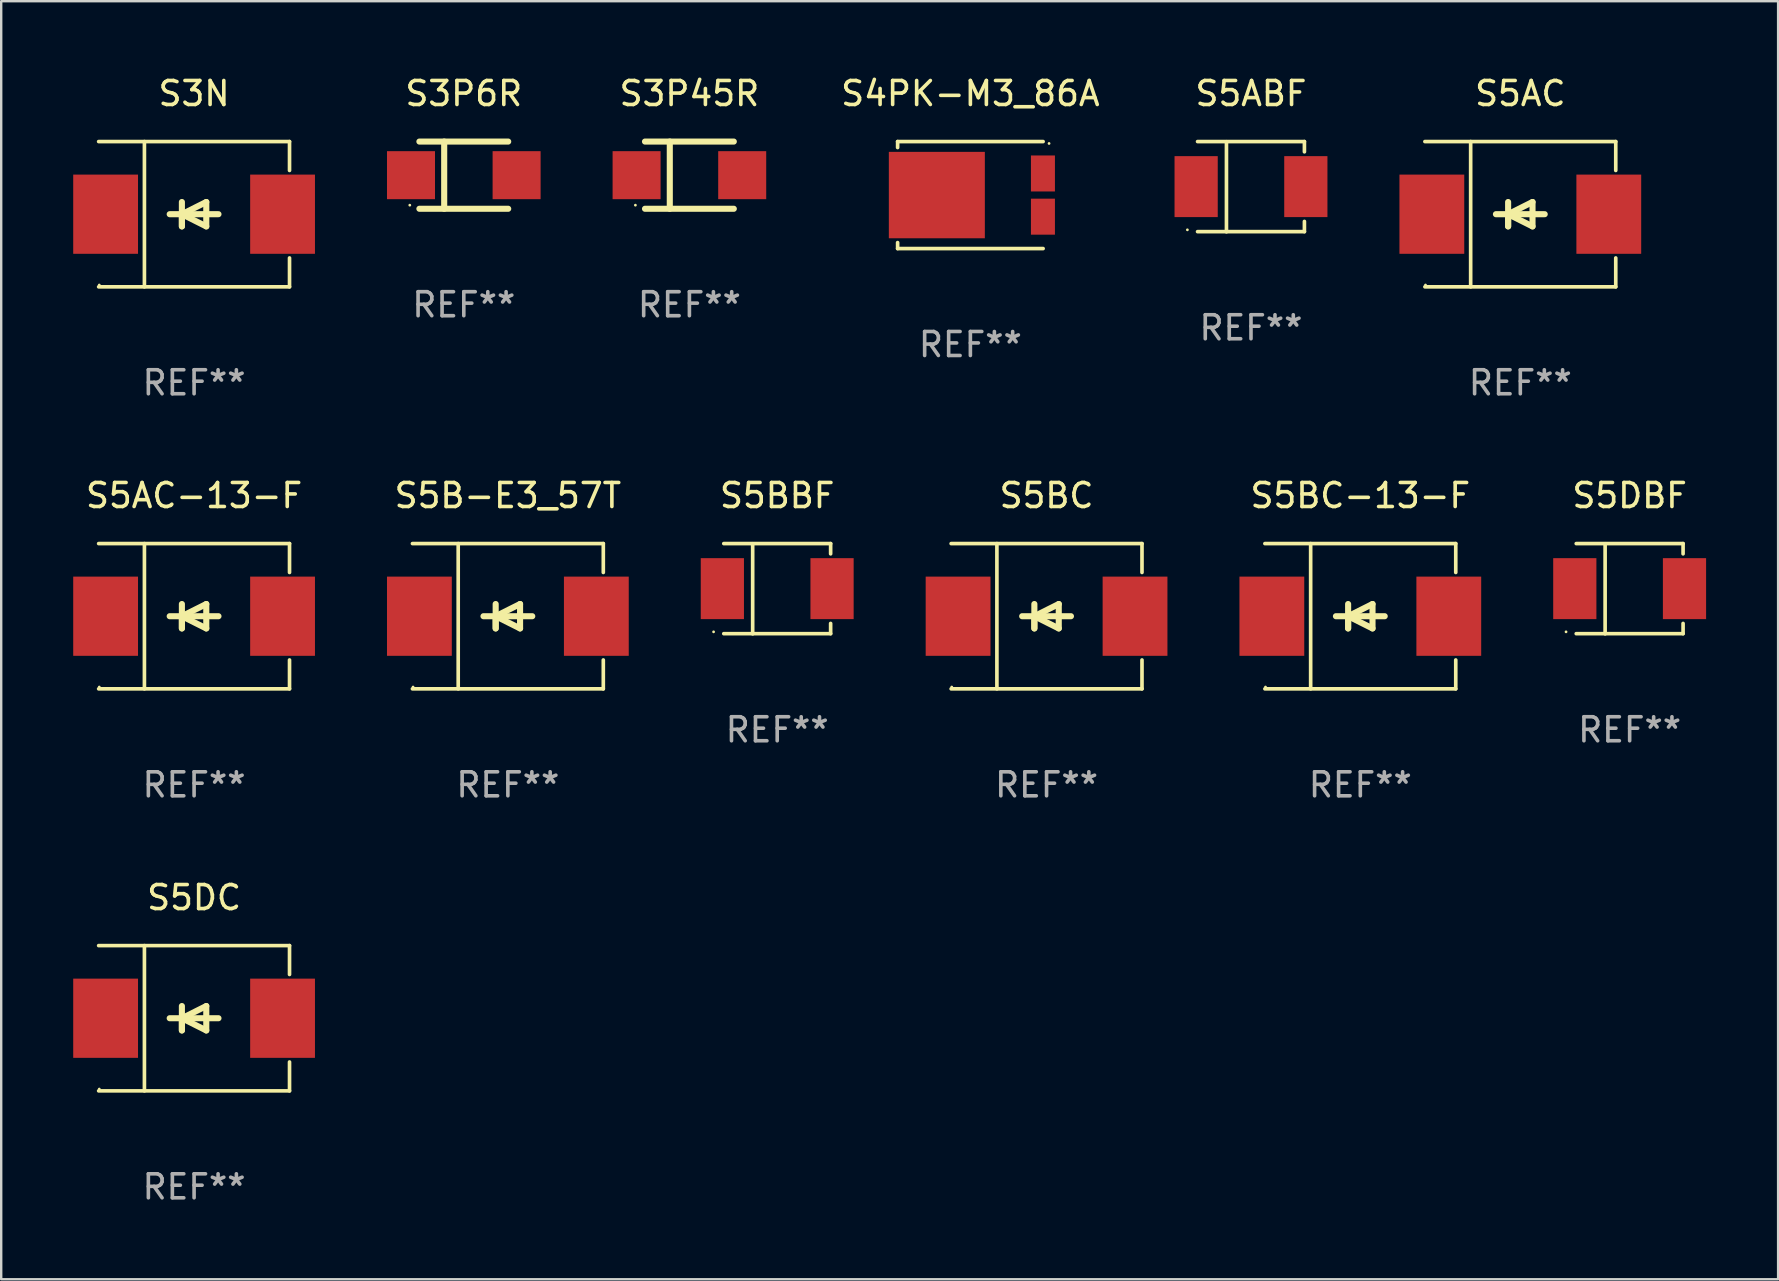
<source format=kicad_pcb>
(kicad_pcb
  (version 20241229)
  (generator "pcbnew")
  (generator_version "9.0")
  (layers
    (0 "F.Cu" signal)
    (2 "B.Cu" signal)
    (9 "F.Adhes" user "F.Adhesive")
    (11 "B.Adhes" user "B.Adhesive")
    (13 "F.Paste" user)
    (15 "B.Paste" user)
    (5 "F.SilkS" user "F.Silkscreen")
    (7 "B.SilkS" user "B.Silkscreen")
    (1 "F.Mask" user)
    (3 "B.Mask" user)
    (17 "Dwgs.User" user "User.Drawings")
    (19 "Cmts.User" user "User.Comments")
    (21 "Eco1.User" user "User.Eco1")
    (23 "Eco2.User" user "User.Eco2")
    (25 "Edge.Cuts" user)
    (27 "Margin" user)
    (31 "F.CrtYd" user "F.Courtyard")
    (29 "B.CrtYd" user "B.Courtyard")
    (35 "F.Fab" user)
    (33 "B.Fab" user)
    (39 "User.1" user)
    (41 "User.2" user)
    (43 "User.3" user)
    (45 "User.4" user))
  (footprint "S5BBF"
    (layer "F.Cu")
    (at 29.33 21.477)
    (property "Reference" "S5BBF" (at 0 -3.88 0) (layer "F.SilkS") (effects (font (size 1 1) (thickness 0.15))))
    (attr through_hole)
    (fp_line (start -2.226 -1.88) (end 2.226 -1.88) (stroke (width 0.152) (type solid)) (layer "F.SilkS"))
    (fp_line (start -2.226 1.873) (end 2.226 1.873) (stroke (width 0.152) (type solid)) (layer "F.SilkS"))
    (fp_line (start -1.022 -1.873) (end -1.022 1.88) (stroke (width 0.152) (type solid)) (layer "F.SilkS"))
    (fp_line (start 2.226 -1.88) (end 2.226 -1.453) (stroke (width 0.152) (type solid)) (layer "F.SilkS"))
    (fp_line (start 2.226 1.447) (end 2.226 1.873) (stroke (width 0.152) (type solid)) (layer "F.SilkS"))
    (fp_circle (center -2.65 1.797) (end -2.62 1.797) (stroke (width 0.06) (type solid)) (fill no) (layer "F.SilkS"))
    (fp_text user "REF**" (at 0 5.88 0) (layer "F.Fab") (effects (font (size 1 1) (thickness 0.15))))
    (pad "1" smd rect (at -2.285 -0.003) (size 1.8 2.54) (layers "F.Cu" "F.Mask" "F.Paste"))
    (pad "2" smd rect (at 2.285 -0.003) (size 1.8 2.54) (layers "F.Cu" "F.Mask" "F.Paste")))
  (footprint "S5DC"
    (layer "F.Cu")
    (at 5.036 39.372)
    (property "Reference" "S5DC" (at 0 -5.026 0) (layer "F.SilkS") (effects (font (size 1 1) (thickness 0.15))))
    (attr through_hole)
    (fp_line (start -3.976 -3.026) (end 3.976 -3.026) (stroke (width 0.152) (type solid)) (layer "F.SilkS"))
    (fp_line (start -3.976 3.026) (end 3.976 3.026) (stroke (width 0.152) (type solid)) (layer "F.SilkS"))
    (fp_line (start -2.069 -3.026) (end -2.069 3.026) (stroke (width 0.152) (type solid)) (layer "F.SilkS"))
    (fp_line (start -0.508 0) (end -0.508 0.508) (stroke (width 0.254) (type solid)) (layer "F.SilkS"))
    (fp_line (start -0.508 0) (end 0.508 0.508) (stroke (width 0.254) (type solid)) (layer "F.SilkS"))
    (fp_line (start -0.508 0.508) (end -0.508 -0.508) (stroke (width 0.254) (type solid)) (layer "F.SilkS"))
    (fp_line (start 0.508 -0.508) (end -0.508 0) (stroke (width 0.254) (type solid)) (layer "F.SilkS"))
    (fp_line (start 0.508 0.508) (end 0.508 -0.508) (stroke (width 0.254) (type solid)) (layer "F.SilkS"))
    (fp_line (start 1.016 0) (end -1.016 0) (stroke (width 0.254) (type solid)) (layer "F.SilkS"))
    (fp_line (start 3.976 -3.026) (end 3.976 -1.823) (stroke (width 0.152) (type solid)) (layer "F.SilkS"))
    (fp_line (start 3.976 3.026) (end 3.976 1.823) (stroke (width 0.152) (type solid)) (layer "F.SilkS"))
    (fp_circle (center -3.95 2.95) (end -3.92 2.95) (stroke (width 0.06) (type solid)) (fill no) (layer "F.SilkS"))
    (fp_text user "REF**" (at 0 7.026 0) (layer "F.Fab") (effects (font (size 1 1) (thickness 0.15))))
    (pad "1" smd rect (at -3.686 0) (size 2.7 3.3) (layers "F.Cu" "F.Mask" "F.Paste"))
    (pad "2" smd rect (at 3.686 0) (size 2.7 3.3) (layers "F.Cu" "F.Mask" "F.Paste")))
  (footprint "S5ABF"
    (layer "F.Cu")
    (at 49.069 4.728)
    (property "Reference" "S5ABF" (at 0 -3.88 0) (layer "F.SilkS") (effects (font (size 1 1) (thickness 0.15))))
    (attr through_hole)
    (fp_line (start -2.226 -1.88) (end 2.226 -1.88) (stroke (width 0.152) (type solid)) (layer "F.SilkS"))
    (fp_line (start -2.226 1.873) (end 2.226 1.873) (stroke (width 0.152) (type solid)) (layer "F.SilkS"))
    (fp_line (start -1.022 -1.873) (end -1.022 1.88) (stroke (width 0.152) (type solid)) (layer "F.SilkS"))
    (fp_line (start 2.226 -1.88) (end 2.226 -1.453) (stroke (width 0.152) (type solid)) (layer "F.SilkS"))
    (fp_line (start 2.226 1.447) (end 2.226 1.873) (stroke (width 0.152) (type solid)) (layer "F.SilkS"))
    (fp_circle (center -2.65 1.797) (end -2.62 1.797) (stroke (width 0.06) (type solid)) (fill no) (layer "F.SilkS"))
    (fp_text user "REF**" (at 0 5.88 0) (layer "F.Fab") (effects (font (size 1 1) (thickness 0.15))))
    (pad "1" smd rect (at -2.285 -0.003) (size 1.8 2.54) (layers "F.Cu" "F.Mask" "F.Paste"))
    (pad "2" smd rect (at 2.285 -0.003) (size 1.8 2.54) (layers "F.Cu" "F.Mask" "F.Paste")))
  (footprint "S3N"
    (layer "F.Cu")
    (at 5.036 5.874)
    (property "Reference" "S3N" (at 0 -5.026 0) (layer "F.SilkS") (effects (font (size 1 1) (thickness 0.15))))
    (attr through_hole)
    (fp_line (start -3.976 -3.026) (end 3.976 -3.026) (stroke (width 0.152) (type solid)) (layer "F.SilkS"))
    (fp_line (start -3.976 3.026) (end 3.976 3.026) (stroke (width 0.152) (type solid)) (layer "F.SilkS"))
    (fp_line (start -2.069 -3.026) (end -2.069 3.026) (stroke (width 0.152) (type solid)) (layer "F.SilkS"))
    (fp_line (start -0.508 0) (end -0.508 0.508) (stroke (width 0.254) (type solid)) (layer "F.SilkS"))
    (fp_line (start -0.508 0) (end 0.508 0.508) (stroke (width 0.254) (type solid)) (layer "F.SilkS"))
    (fp_line (start -0.508 0.508) (end -0.508 -0.508) (stroke (width 0.254) (type solid)) (layer "F.SilkS"))
    (fp_line (start 0.508 -0.508) (end -0.508 0) (stroke (width 0.254) (type solid)) (layer "F.SilkS"))
    (fp_line (start 0.508 0.508) (end 0.508 -0.508) (stroke (width 0.254) (type solid)) (layer "F.SilkS"))
    (fp_line (start 1.016 0) (end -1.016 0) (stroke (width 0.254) (type solid)) (layer "F.SilkS"))
    (fp_line (start 3.976 -3.026) (end 3.976 -1.823) (stroke (width 0.152) (type solid)) (layer "F.SilkS"))
    (fp_line (start 3.976 3.026) (end 3.976 1.823) (stroke (width 0.152) (type solid)) (layer "F.SilkS"))
    (fp_circle (center -3.95 2.95) (end -3.92 2.95) (stroke (width 0.06) (type solid)) (fill no) (layer "F.SilkS"))
    (fp_text user "REF**" (at 0 7.026 0) (layer "F.Fab") (effects (font (size 1 1) (thickness 0.15))))
    (pad "1" smd rect (at -3.686 0) (size 2.7 3.3) (layers "F.Cu" "F.Mask" "F.Paste"))
    (pad "2" smd rect (at 3.686 0) (size 2.7 3.3) (layers "F.Cu" "F.Mask" "F.Paste")))
  (footprint "S5AC-13-F"
    (layer "F.Cu")
    (at 5.036 22.623)
    (property "Reference" "S5AC-13-F" (at 0 -5.026 0) (layer "F.SilkS") (effects (font (size 1 1) (thickness 0.15))))
    (attr through_hole)
    (fp_line (start -3.976 -3.026) (end 3.976 -3.026) (stroke (width 0.152) (type solid)) (layer "F.SilkS"))
    (fp_line (start -3.976 3.026) (end 3.976 3.026) (stroke (width 0.152) (type solid)) (layer "F.SilkS"))
    (fp_line (start -2.069 -3.026) (end -2.069 3.026) (stroke (width 0.152) (type solid)) (layer "F.SilkS"))
    (fp_line (start -0.508 0) (end -0.508 0.508) (stroke (width 0.254) (type solid)) (layer "F.SilkS"))
    (fp_line (start -0.508 0) (end 0.508 0.508) (stroke (width 0.254) (type solid)) (layer "F.SilkS"))
    (fp_line (start -0.508 0.508) (end -0.508 -0.508) (stroke (width 0.254) (type solid)) (layer "F.SilkS"))
    (fp_line (start 0.508 -0.508) (end -0.508 0) (stroke (width 0.254) (type solid)) (layer "F.SilkS"))
    (fp_line (start 0.508 0.508) (end 0.508 -0.508) (stroke (width 0.254) (type solid)) (layer "F.SilkS"))
    (fp_line (start 1.016 0) (end -1.016 0) (stroke (width 0.254) (type solid)) (layer "F.SilkS"))
    (fp_line (start 3.976 -3.026) (end 3.976 -1.823) (stroke (width 0.152) (type solid)) (layer "F.SilkS"))
    (fp_line (start 3.976 3.026) (end 3.976 1.823) (stroke (width 0.152) (type solid)) (layer "F.SilkS"))
    (fp_circle (center -3.95 2.95) (end -3.92 2.95) (stroke (width 0.06) (type solid)) (fill no) (layer "F.SilkS"))
    (fp_text user "REF**" (at 0 7.026 0) (layer "F.Fab") (effects (font (size 1 1) (thickness 0.15))))
    (pad "1" smd rect (at -3.686 0) (size 2.7 3.3) (layers "F.Cu" "F.Mask" "F.Paste"))
    (pad "2" smd rect (at 3.686 0) (size 2.7 3.3) (layers "F.Cu" "F.Mask" "F.Paste")))
  (footprint "S3P45R"
    (layer "F.Cu")
    (at 25.672 4.248)
    (property "Reference" "S3P45R" (at 0 -3.4 0) (layer "F.SilkS") (effects (font (size 1 1) (thickness 0.15))))
    (attr through_hole)
    (fp_line (start -1.85 -1.4) (end 1.85 -1.4) (stroke (width 0.254) (type solid)) (layer "F.SilkS"))
    (fp_line (start -1.85 1.4) (end 1.85 1.4) (stroke (width 0.254) (type solid)) (layer "F.SilkS"))
    (fp_line (start -0.817 -1.4) (end -0.817 1.4) (stroke (width 0.254) (type solid)) (layer "F.SilkS"))
    (fp_circle (center -2.25 1.25) (end -2.22 1.25) (stroke (width 0.06) (type solid)) (fill no) (layer "F.SilkS"))
    (fp_text user "REF**" (at 0 5.4 0) (layer "F.Fab") (effects (font (size 1 1) (thickness 0.15))))
    (pad "1" smd rect (at -2.2 -0.000013) (size 2 2) (layers "F.Cu" "F.Mask" "F.Paste"))
    (pad "2" smd rect (at 2.2 -0.000013) (size 2 2) (layers "F.Cu" "F.Mask" "F.Paste")))
  (footprint "S5DBF"
    (layer "F.Cu")
    (at 64.845 21.477)
    (property "Reference" "S5DBF" (at 0 -3.88 0) (layer "F.SilkS") (effects (font (size 1 1) (thickness 0.15))))
    (attr through_hole)
    (fp_line (start -2.226 -1.88) (end 2.226 -1.88) (stroke (width 0.152) (type solid)) (layer "F.SilkS"))
    (fp_line (start -2.226 1.873) (end 2.226 1.873) (stroke (width 0.152) (type solid)) (layer "F.SilkS"))
    (fp_line (start -1.022 -1.873) (end -1.022 1.88) (stroke (width 0.152) (type solid)) (layer "F.SilkS"))
    (fp_line (start 2.226 -1.88) (end 2.226 -1.453) (stroke (width 0.152) (type solid)) (layer "F.SilkS"))
    (fp_line (start 2.226 1.447) (end 2.226 1.873) (stroke (width 0.152) (type solid)) (layer "F.SilkS"))
    (fp_circle (center -2.65 1.797) (end -2.62 1.797) (stroke (width 0.06) (type solid)) (fill no) (layer "F.SilkS"))
    (fp_text user "REF**" (at 0 5.88 0) (layer "F.Fab") (effects (font (size 1 1) (thickness 0.15))))
    (pad "1" smd rect (at -2.285 -0.003) (size 1.8 2.54) (layers "F.Cu" "F.Mask" "F.Paste"))
    (pad "2" smd rect (at 2.285 -0.003) (size 1.8 2.54) (layers "F.Cu" "F.Mask" "F.Paste")))
  (footprint "S4PK-M3_86A"
    (layer "F.Cu")
    (at 37.378 5.077)
    (property "Reference" "S4PK-M3_86A" (at 0 -4.229 0) (layer "F.SilkS") (effects (font (size 1 1) (thickness 0.15))))
    (attr through_hole)
    (fp_line (start -3.031 -2.229) (end -3.031 -1.98) (stroke (width 0.152) (type solid)) (layer "F.SilkS"))
    (fp_line (start -3.031 1.98) (end -3.031 2.229) (stroke (width 0.152) (type solid)) (layer "F.SilkS"))
    (fp_line (start 3.031 -2.229) (end -3.031 -2.229) (stroke (width 0.152) (type solid)) (layer "F.SilkS"))
    (fp_line (start 3.031 2.229) (end -3.031 2.229) (stroke (width 0.152) (type solid)) (layer "F.SilkS"))
    (fp_circle (center 3.278 -2.15) (end 3.308 -2.15) (stroke (width 0.06) (type solid)) (fill no) (layer "F.SilkS"))
    (fp_text user "REF**" (at 0 6.229 0) (layer "F.Fab") (effects (font (size 1 1) (thickness 0.15))))
    (pad "1" smd rect (at 3.023 -0.9) (size 1 1.5) (layers "F.Cu" "F.Mask" "F.Paste"))
    (pad "2" smd rect (at 3.023 0.9) (size 1 1.5) (layers "F.Cu" "F.Mask" "F.Paste"))
    (pad "3" smd rect (at -1.397 0) (size 4 3.6) (layers "F.Cu" "F.Mask" "F.Paste")))
  (footprint "S3P6R"
    (layer "F.Cu")
    (at 16.273 4.248)
    (property "Reference" "S3P6R" (at 0 -3.4 0) (layer "F.SilkS") (effects (font (size 1 1) (thickness 0.15))))
    (attr through_hole)
    (fp_line (start -1.85 -1.4) (end 1.85 -1.4) (stroke (width 0.254) (type solid)) (layer "F.SilkS"))
    (fp_line (start -1.85 1.4) (end 1.85 1.4) (stroke (width 0.254) (type solid)) (layer "F.SilkS"))
    (fp_line (start -0.817 -1.4) (end -0.817 1.4) (stroke (width 0.254) (type solid)) (layer "F.SilkS"))
    (fp_circle (center -2.25 1.25) (end -2.22 1.25) (stroke (width 0.06) (type solid)) (fill no) (layer "F.SilkS"))
    (fp_text user "REF**" (at 0 5.4 0) (layer "F.Fab") (effects (font (size 1 1) (thickness 0.15))))
    (pad "1" smd rect (at -2.2 -0.000013) (size 2 2) (layers "F.Cu" "F.Mask" "F.Paste"))
    (pad "2" smd rect (at 2.2 -0.000013) (size 2 2) (layers "F.Cu" "F.Mask" "F.Paste")))
  (footprint "S5BC-13-F"
    (layer "F.Cu")
    (at 53.624 22.623)
    (property "Reference" "S5BC-13-F" (at 0 -5.026 0) (layer "F.SilkS") (effects (font (size 1 1) (thickness 0.15))))
    (attr through_hole)
    (fp_line (start -3.976 -3.026) (end 3.976 -3.026) (stroke (width 0.152) (type solid)) (layer "F.SilkS"))
    (fp_line (start -3.976 3.026) (end 3.976 3.026) (stroke (width 0.152) (type solid)) (layer "F.SilkS"))
    (fp_line (start -2.069 -3.026) (end -2.069 3.026) (stroke (width 0.152) (type solid)) (layer "F.SilkS"))
    (fp_line (start -0.508 0) (end -0.508 0.508) (stroke (width 0.254) (type solid)) (layer "F.SilkS"))
    (fp_line (start -0.508 0) (end 0.508 0.508) (stroke (width 0.254) (type solid)) (layer "F.SilkS"))
    (fp_line (start -0.508 0.508) (end -0.508 -0.508) (stroke (width 0.254) (type solid)) (layer "F.SilkS"))
    (fp_line (start 0.508 -0.508) (end -0.508 0) (stroke (width 0.254) (type solid)) (layer "F.SilkS"))
    (fp_line (start 0.508 0.508) (end 0.508 -0.508) (stroke (width 0.254) (type solid)) (layer "F.SilkS"))
    (fp_line (start 1.016 0) (end -1.016 0) (stroke (width 0.254) (type solid)) (layer "F.SilkS"))
    (fp_line (start 3.976 -3.026) (end 3.976 -1.823) (stroke (width 0.152) (type solid)) (layer "F.SilkS"))
    (fp_line (start 3.976 3.026) (end 3.976 1.823) (stroke (width 0.152) (type solid)) (layer "F.SilkS"))
    (fp_circle (center -3.95 2.95) (end -3.92 2.95) (stroke (width 0.06) (type solid)) (fill no) (layer "F.SilkS"))
    (fp_text user "REF**" (at 0 7.026 0) (layer "F.Fab") (effects (font (size 1 1) (thickness 0.15))))
    (pad "1" smd rect (at -3.686 0) (size 2.7 3.3) (layers "F.Cu" "F.Mask" "F.Paste"))
    (pad "2" smd rect (at 3.686 0) (size 2.7 3.3) (layers "F.Cu" "F.Mask" "F.Paste")))
  (footprint "S5AC"
    (layer "F.Cu")
    (at 60.29 5.874)
    (property "Reference" "S5AC" (at 0 -5.026 0) (layer "F.SilkS") (effects (font (size 1 1) (thickness 0.15))))
    (attr through_hole)
    (fp_line (start -3.976 -3.026) (end 3.976 -3.026) (stroke (width 0.152) (type solid)) (layer "F.SilkS"))
    (fp_line (start -3.976 3.026) (end 3.976 3.026) (stroke (width 0.152) (type solid)) (layer "F.SilkS"))
    (fp_line (start -2.069 -3.026) (end -2.069 3.026) (stroke (width 0.152) (type solid)) (layer "F.SilkS"))
    (fp_line (start -0.508 0) (end -0.508 0.508) (stroke (width 0.254) (type solid)) (layer "F.SilkS"))
    (fp_line (start -0.508 0) (end 0.508 0.508) (stroke (width 0.254) (type solid)) (layer "F.SilkS"))
    (fp_line (start -0.508 0.508) (end -0.508 -0.508) (stroke (width 0.254) (type solid)) (layer "F.SilkS"))
    (fp_line (start 0.508 -0.508) (end -0.508 0) (stroke (width 0.254) (type solid)) (layer "F.SilkS"))
    (fp_line (start 0.508 0.508) (end 0.508 -0.508) (stroke (width 0.254) (type solid)) (layer "F.SilkS"))
    (fp_line (start 1.016 0) (end -1.016 0) (stroke (width 0.254) (type solid)) (layer "F.SilkS"))
    (fp_line (start 3.976 -3.026) (end 3.976 -1.823) (stroke (width 0.152) (type solid)) (layer "F.SilkS"))
    (fp_line (start 3.976 3.026) (end 3.976 1.823) (stroke (width 0.152) (type solid)) (layer "F.SilkS"))
    (fp_circle (center -3.95 2.95) (end -3.92 2.95) (stroke (width 0.06) (type solid)) (fill no) (layer "F.SilkS"))
    (fp_text user "REF**" (at 0 7.026 0) (layer "F.Fab") (effects (font (size 1 1) (thickness 0.15))))
    (pad "1" smd rect (at -3.686 0) (size 2.7 3.3) (layers "F.Cu" "F.Mask" "F.Paste"))
    (pad "2" smd rect (at 3.686 0) (size 2.7 3.3) (layers "F.Cu" "F.Mask" "F.Paste")))
  (footprint "S5B-E3_57T"
    (layer "F.Cu")
    (at 18.109 22.623)
    (property "Reference" "S5B-E3_57T" (at 0 -5.026 0) (layer "F.SilkS") (effects (font (size 1 1) (thickness 0.15))))
    (attr through_hole)
    (fp_line (start -3.976 -3.026) (end 3.976 -3.026) (stroke (width 0.152) (type solid)) (layer "F.SilkS"))
    (fp_line (start -3.976 3.026) (end 3.976 3.026) (stroke (width 0.152) (type solid)) (layer "F.SilkS"))
    (fp_line (start -2.069 -3.026) (end -2.069 3.026) (stroke (width 0.152) (type solid)) (layer "F.SilkS"))
    (fp_line (start -0.508 0) (end -0.508 0.508) (stroke (width 0.254) (type solid)) (layer "F.SilkS"))
    (fp_line (start -0.508 0) (end 0.508 0.508) (stroke (width 0.254) (type solid)) (layer "F.SilkS"))
    (fp_line (start -0.508 0.508) (end -0.508 -0.508) (stroke (width 0.254) (type solid)) (layer "F.SilkS"))
    (fp_line (start 0.508 -0.508) (end -0.508 0) (stroke (width 0.254) (type solid)) (layer "F.SilkS"))
    (fp_line (start 0.508 0.508) (end 0.508 -0.508) (stroke (width 0.254) (type solid)) (layer "F.SilkS"))
    (fp_line (start 1.016 0) (end -1.016 0) (stroke (width 0.254) (type solid)) (layer "F.SilkS"))
    (fp_line (start 3.976 -3.026) (end 3.976 -1.823) (stroke (width 0.152) (type solid)) (layer "F.SilkS"))
    (fp_line (start 3.976 3.026) (end 3.976 1.823) (stroke (width 0.152) (type solid)) (layer "F.SilkS"))
    (fp_circle (center -3.95 2.95) (end -3.92 2.95) (stroke (width 0.06) (type solid)) (fill no) (layer "F.SilkS"))
    (fp_text user "REF**" (at 0 7.026 0) (layer "F.Fab") (effects (font (size 1 1) (thickness 0.15))))
    (pad "1" smd rect (at -3.686 0) (size 2.7 3.3) (layers "F.Cu" "F.Mask" "F.Paste"))
    (pad "2" smd rect (at 3.686 0) (size 2.7 3.3) (layers "F.Cu" "F.Mask" "F.Paste")))
  (footprint "S5BC"
    (layer "F.Cu")
    (at 40.552 22.623)
    (property "Reference" "S5BC" (at 0 -5.026 0) (layer "F.SilkS") (effects (font (size 1 1) (thickness 0.15))))
    (attr through_hole)
    (fp_line (start -3.976 -3.026) (end 3.976 -3.026) (stroke (width 0.152) (type solid)) (layer "F.SilkS"))
    (fp_line (start -3.976 3.026) (end 3.976 3.026) (stroke (width 0.152) (type solid)) (layer "F.SilkS"))
    (fp_line (start -2.069 -3.026) (end -2.069 3.026) (stroke (width 0.152) (type solid)) (layer "F.SilkS"))
    (fp_line (start -0.508 0) (end -0.508 0.508) (stroke (width 0.254) (type solid)) (layer "F.SilkS"))
    (fp_line (start -0.508 0) (end 0.508 0.508) (stroke (width 0.254) (type solid)) (layer "F.SilkS"))
    (fp_line (start -0.508 0.508) (end -0.508 -0.508) (stroke (width 0.254) (type solid)) (layer "F.SilkS"))
    (fp_line (start 0.508 -0.508) (end -0.508 0) (stroke (width 0.254) (type solid)) (layer "F.SilkS"))
    (fp_line (start 0.508 0.508) (end 0.508 -0.508) (stroke (width 0.254) (type solid)) (layer "F.SilkS"))
    (fp_line (start 1.016 0) (end -1.016 0) (stroke (width 0.254) (type solid)) (layer "F.SilkS"))
    (fp_line (start 3.976 -3.026) (end 3.976 -1.823) (stroke (width 0.152) (type solid)) (layer "F.SilkS"))
    (fp_line (start 3.976 3.026) (end 3.976 1.823) (stroke (width 0.152) (type solid)) (layer "F.SilkS"))
    (fp_circle (center -3.95 2.95) (end -3.92 2.95) (stroke (width 0.06) (type solid)) (fill no) (layer "F.SilkS"))
    (fp_text user "REF**" (at 0 7.026 0) (layer "F.Fab") (effects (font (size 1 1) (thickness 0.15))))
    (pad "1" smd rect (at -3.686 0) (size 2.7 3.3) (layers "F.Cu" "F.Mask" "F.Paste"))
    (pad "2" smd rect (at 3.686 0) (size 2.7 3.3) (layers "F.Cu" "F.Mask" "F.Paste")))
  (gr_rect
    (start -3 -3)
    (end 71.03 50.247)
    (stroke (width 0.1) (type default))
    (fill no)
    (layer "Edge.Cuts")))
</source>
